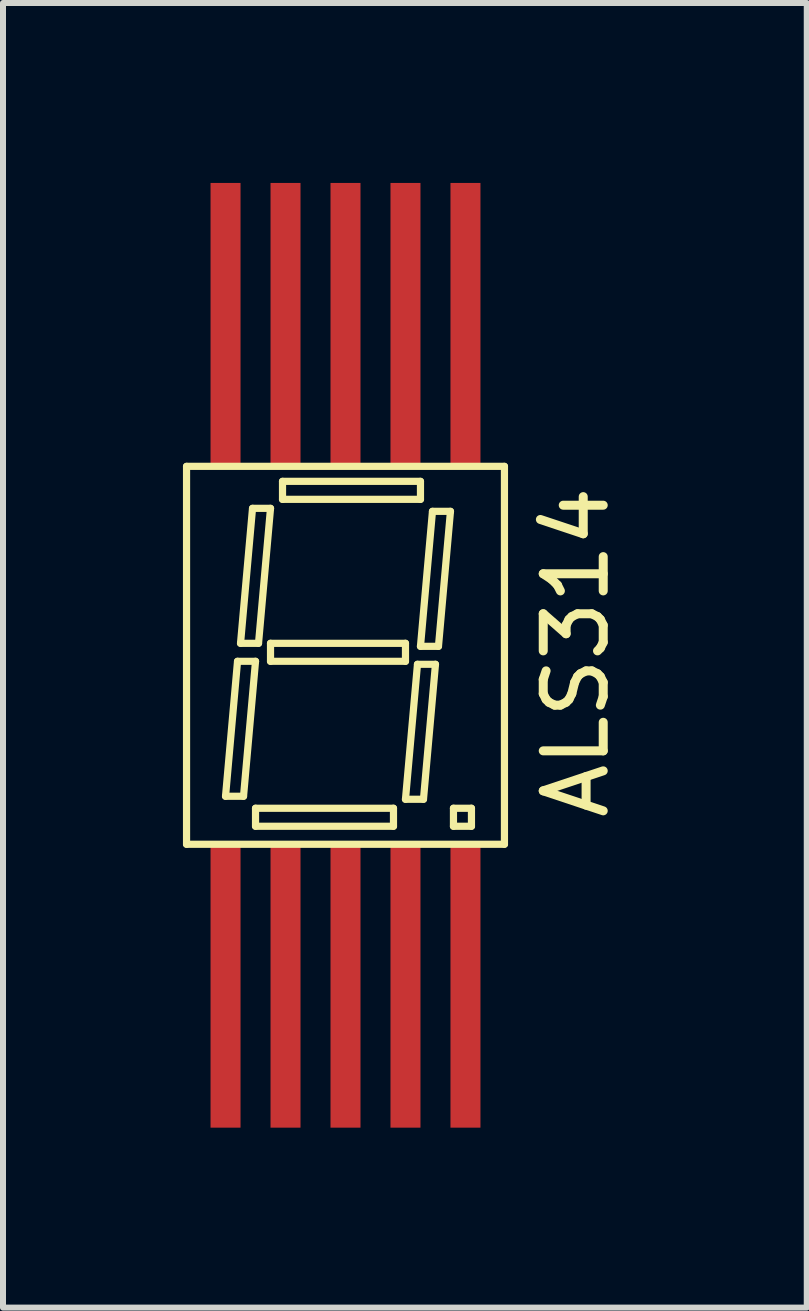
<source format=kicad_pcb>
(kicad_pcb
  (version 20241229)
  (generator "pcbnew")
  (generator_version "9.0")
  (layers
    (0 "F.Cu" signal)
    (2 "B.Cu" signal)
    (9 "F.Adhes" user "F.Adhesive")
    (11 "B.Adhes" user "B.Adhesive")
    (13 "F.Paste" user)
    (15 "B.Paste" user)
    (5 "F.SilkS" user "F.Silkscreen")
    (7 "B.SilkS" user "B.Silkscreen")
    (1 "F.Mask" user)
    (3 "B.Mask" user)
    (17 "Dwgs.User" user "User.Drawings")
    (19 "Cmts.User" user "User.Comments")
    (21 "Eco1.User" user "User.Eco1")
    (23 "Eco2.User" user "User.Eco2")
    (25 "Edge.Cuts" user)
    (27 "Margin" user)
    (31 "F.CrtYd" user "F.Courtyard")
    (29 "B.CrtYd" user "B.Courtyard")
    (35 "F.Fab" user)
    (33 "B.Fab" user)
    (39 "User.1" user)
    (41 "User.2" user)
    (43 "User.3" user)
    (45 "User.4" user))
  (footprint "ALS314"
    (layer "F.Cu")
    (at 0.71 13.375)
    (property "Reference" "ALS314" (at 5.842 -5.55 90) (layer "F.SilkS") (effects (font (size 1 1) (thickness 0.15))))
    (attr through_hole)
    (fp_line (start -0.65 -8.65) (end 4.65 -8.65) (stroke (width 0.12) (type solid)) (layer "F.SilkS"))
    (fp_line (start -0.65 -2.35) (end -0.65 -8.65) (stroke (width 0.12) (type solid)) (layer "F.SilkS"))
    (fp_line (start 0 -3.15) (end 0.2 -5.4) (stroke (width 0.12) (type solid)) (layer "F.SilkS"))
    (fp_line (start 0.2 -5.4) (end 0.5 -5.4) (stroke (width 0.12) (type solid)) (layer "F.SilkS"))
    (fp_line (start 0.25 -5.7) (end 0.45 -7.95) (stroke (width 0.12) (type solid)) (layer "F.SilkS"))
    (fp_line (start 0.3 -3.15) (end 0 -3.15) (stroke (width 0.12) (type solid)) (layer "F.SilkS"))
    (fp_line (start 0.45 -7.95) (end 0.75 -7.95) (stroke (width 0.12) (type solid)) (layer "F.SilkS"))
    (fp_line (start 0.5 -5.4) (end 0.3 -3.15) (stroke (width 0.12) (type solid)) (layer "F.SilkS"))
    (fp_line (start 0.5 -2.95) (end 2.8 -2.95) (stroke (width 0.12) (type solid)) (layer "F.SilkS"))
    (fp_line (start 0.5 -2.65) (end 0.5 -2.95) (stroke (width 0.12) (type solid)) (layer "F.SilkS"))
    (fp_line (start 0.55 -5.7) (end 0.25 -5.7) (stroke (width 0.12) (type solid)) (layer "F.SilkS"))
    (fp_line (start 0.75 -7.95) (end 0.55 -5.7) (stroke (width 0.12) (type solid)) (layer "F.SilkS"))
    (fp_line (start 0.75 -5.7) (end 3 -5.7) (stroke (width 0.12) (type solid)) (layer "F.SilkS"))
    (fp_line (start 0.75 -5.4) (end 0.75 -5.7) (stroke (width 0.12) (type solid)) (layer "F.SilkS"))
    (fp_line (start 0.95 -8.4) (end 3.25 -8.4) (stroke (width 0.12) (type solid)) (layer "F.SilkS"))
    (fp_line (start 0.95 -8.1) (end 0.95 -8.4) (stroke (width 0.12) (type solid)) (layer "F.SilkS"))
    (fp_line (start 2.8 -2.95) (end 2.8 -2.65) (stroke (width 0.12) (type solid)) (layer "F.SilkS"))
    (fp_line (start 2.8 -2.65) (end 0.5 -2.65) (stroke (width 0.12) (type solid)) (layer "F.SilkS"))
    (fp_line (start 3 -5.7) (end 3 -5.4) (stroke (width 0.12) (type solid)) (layer "F.SilkS"))
    (fp_line (start 3 -5.4) (end 0.75 -5.4) (stroke (width 0.12) (type solid)) (layer "F.SilkS"))
    (fp_line (start 3 -3.1) (end 3.2 -5.35) (stroke (width 0.12) (type solid)) (layer "F.SilkS"))
    (fp_line (start 3.2 -5.35) (end 3.5 -5.35) (stroke (width 0.12) (type solid)) (layer "F.SilkS"))
    (fp_line (start 3.25 -8.4) (end 3.25 -8.1) (stroke (width 0.12) (type solid)) (layer "F.SilkS"))
    (fp_line (start 3.25 -8.1) (end 0.95 -8.1) (stroke (width 0.12) (type solid)) (layer "F.SilkS"))
    (fp_line (start 3.25 -5.65) (end 3.45 -7.9) (stroke (width 0.12) (type solid)) (layer "F.SilkS"))
    (fp_line (start 3.3 -3.1) (end 3 -3.1) (stroke (width 0.12) (type solid)) (layer "F.SilkS"))
    (fp_line (start 3.45 -7.9) (end 3.75 -7.9) (stroke (width 0.12) (type solid)) (layer "F.SilkS"))
    (fp_line (start 3.5 -5.35) (end 3.3 -3.1) (stroke (width 0.12) (type solid)) (layer "F.SilkS"))
    (fp_line (start 3.55 -5.65) (end 3.25 -5.65) (stroke (width 0.12) (type solid)) (layer "F.SilkS"))
    (fp_line (start 3.75 -7.9) (end 3.55 -5.65) (stroke (width 0.12) (type solid)) (layer "F.SilkS"))
    (fp_line (start 3.8 -2.95) (end 4.1 -2.95) (stroke (width 0.12) (type solid)) (layer "F.SilkS"))
    (fp_line (start 3.8 -2.65) (end 3.8 -2.95) (stroke (width 0.12) (type solid)) (layer "F.SilkS"))
    (fp_line (start 4.1 -2.95) (end 4.1 -2.65) (stroke (width 0.12) (type solid)) (layer "F.SilkS"))
    (fp_line (start 4.1 -2.65) (end 3.8 -2.65) (stroke (width 0.12) (type solid)) (layer "F.SilkS"))
    (fp_line (start 4.65 -8.65) (end 4.65 -2.35) (stroke (width 0.12) (type solid)) (layer "F.SilkS"))
    (fp_line (start 4.65 -2.35) (end -0.65 -2.35) (stroke (width 0.12) (type solid)) (layer "F.SilkS"))
    (pad "1" smd rect (at 0 0) (size 0.5 4.75) (layers "F.Cu" "F.Mask" "F.Paste"))
    (pad "2" smd rect (at 1 0) (size 0.5 4.75) (layers "F.Cu" "F.Mask" "F.Paste"))
    (pad "3" smd rect (at 2 0) (size 0.5 4.75) (layers "F.Cu" "F.Mask" "F.Paste"))
    (pad "4" smd rect (at 3 0) (size 0.5 4.75) (layers "F.Cu" "F.Mask" "F.Paste"))
    (pad "5" smd rect (at 4 0) (size 0.5 4.75) (layers "F.Cu" "F.Mask" "F.Paste"))
    (pad "6" smd rect (at 4 -11) (size 0.5 4.75) (layers "F.Cu" "F.Mask" "F.Paste"))
    (pad "7" smd rect (at 3 -11) (size 0.5 4.75) (layers "F.Cu" "F.Mask" "F.Paste"))
    (pad "8" smd rect (at 2 -11) (size 0.5 4.75) (layers "F.Cu" "F.Mask" "F.Paste"))
    (pad "9" smd rect (at 1 -11) (size 0.5 4.75) (layers "F.Cu" "F.Mask" "F.Paste"))
    (pad "10" smd rect (at 0 -11) (size 0.5 4.75) (layers "F.Cu" "F.Mask" "F.Paste")))
  (gr_rect
    (start -3 -3)
    (end 10.4 18.75)
    (stroke (width 0.1) (type default))
    (fill no)
    (layer "Edge.Cuts")))
</source>
